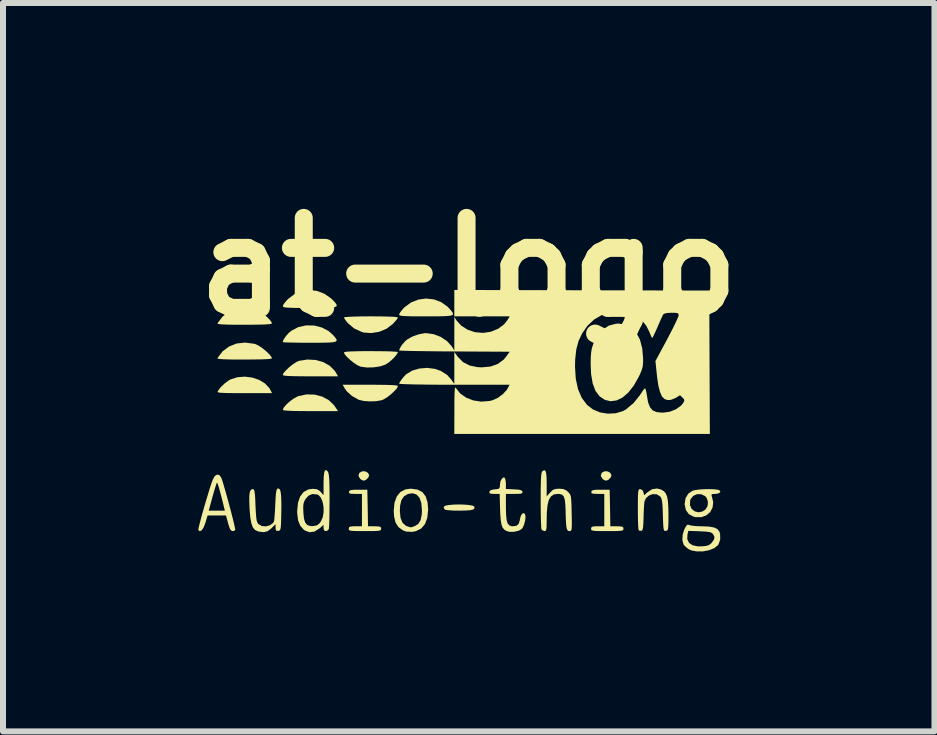
<source format=kicad_pcb>
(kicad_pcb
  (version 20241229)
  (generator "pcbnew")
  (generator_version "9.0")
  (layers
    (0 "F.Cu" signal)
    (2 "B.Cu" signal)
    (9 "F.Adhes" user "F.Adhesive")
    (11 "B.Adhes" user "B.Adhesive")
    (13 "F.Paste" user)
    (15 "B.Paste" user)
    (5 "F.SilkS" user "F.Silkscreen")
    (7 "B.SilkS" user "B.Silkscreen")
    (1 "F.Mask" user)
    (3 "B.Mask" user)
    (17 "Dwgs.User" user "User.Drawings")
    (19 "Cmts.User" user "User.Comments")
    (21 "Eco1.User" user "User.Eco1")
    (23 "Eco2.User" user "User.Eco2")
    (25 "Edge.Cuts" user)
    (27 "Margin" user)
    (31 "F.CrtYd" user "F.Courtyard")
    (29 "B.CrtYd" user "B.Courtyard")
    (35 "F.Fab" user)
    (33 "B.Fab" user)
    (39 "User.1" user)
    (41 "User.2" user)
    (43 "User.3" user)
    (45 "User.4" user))
  (footprint "at-logo"
    (layer "F.Cu")
    (at 4.764 1.404)
    (property "Reference" "at-logo" (at 0 0 0) (layer "F.SilkS") (effects (font (size 1.5 1.5) (thickness 0.3))))
    (attr board_only exclude_from_pos_files exclude_from_bom)
    (fp_poly (pts (xy -1.722 3.405) (xy -1.68 3.429) (xy -1.66 3.468) (xy -1.66 3.473) (xy -1.676 3.51) (xy -1.712 3.545) (xy -1.75 3.56) (xy -1.75 3.56) (xy -1.785 3.547) (xy -1.809 3.529) (xy -1.838 3.481) (xy -1.827 3.437) (xy -1.816 3.424) (xy -1.772 3.402)) (stroke (width 0) (type solid)) (fill yes) (layer "F.SilkS"))
    (fp_poly (pts (xy 2.318 3.405) (xy 2.36 3.429) (xy 2.38 3.468) (xy 2.38 3.473) (xy 2.364 3.51) (xy 2.328 3.545) (xy 2.29 3.56) (xy 2.29 3.56) (xy 2.255 3.547) (xy 2.231 3.529) (xy 2.202 3.481) (xy 2.213 3.437) (xy 2.224 3.424) (xy 2.268 3.402)) (stroke (width 0) (type solid)) (fill yes) (layer "F.SilkS"))
    (fp_poly (pts (xy -2.567 2.125) (xy -2.441 2.158) (xy -2.331 2.218) (xy -2.245 2.302) (xy -2.233 2.319) (xy -2.179 2.4) (xy -2.64 2.4) (xy -2.806 2.399) (xy -2.936 2.397) (xy -3.029 2.392) (xy -3.084 2.386) (xy -3.1 2.38) (xy -3.084 2.342) (xy -3.043 2.293) (xy -2.985 2.24) (xy -2.92 2.192) (xy -2.857 2.157) (xy -2.836 2.149) (xy -2.702 2.121)) (stroke (width 0) (type solid)) (fill yes) (layer "F.SilkS"))
    (fp_poly (pts (xy -2.552 1.547) (xy -2.426 1.582) (xy -2.317 1.644) (xy -2.233 1.728) (xy -2.214 1.758) (xy -2.178 1.82) (xy -2.639 1.82) (xy -2.8 1.819) (xy -2.923 1.817) (xy -3.012 1.814) (xy -3.069 1.809) (xy -3.096 1.802) (xy -3.1 1.797) (xy -3.085 1.763) (xy -3.044 1.717) (xy -2.989 1.665) (xy -2.927 1.616) (xy -2.868 1.579) (xy -2.83 1.562) (xy -2.69 1.54)) (stroke (width 0) (type solid)) (fill yes) (layer "F.SilkS"))
    (fp_poly (pts (xy -3.608 1.841) (xy -3.493 1.88) (xy -3.396 1.939) (xy -3.324 2.016) (xy -3.31 2.04) (xy -3.279 2.1) (xy -3.74 2.1) (xy -3.887 2.1) (xy -3.999 2.099) (xy -4.08 2.097) (xy -4.135 2.094) (xy -4.167 2.09) (xy -4.183 2.083) (xy -4.186 2.074) (xy -4.182 2.065) (xy -4.138 2.005) (xy -4.073 1.942) (xy -4.002 1.889) (xy -3.97 1.871) (xy -3.855 1.835) (xy -3.732 1.825)) (stroke (width 0) (type solid)) (fill yes) (layer "F.SilkS"))
    (fp_poly (pts (xy -0.084 3.958) (xy -0.004 3.964) (xy 0.057 3.974) (xy 0.091 3.988) (xy 0.094 3.992) (xy 0.096 4.019) (xy 0.077 4.039) (xy 0.03 4.051) (xy -0.047 4.057) (xy -0.159 4.059) (xy -0.16 4.059) (xy -0.25 4.058) (xy -0.326 4.053) (xy -0.38 4.047) (xy -0.398 4.042) (xy -0.416 4.011) (xy -0.414 3.992) (xy -0.389 3.977) (xy -0.334 3.966) (xy -0.258 3.959) (xy -0.171 3.956)) (stroke (width 0) (type solid)) (fill yes) (layer "F.SilkS"))
    (fp_poly (pts (xy -1.48 1.961) (xy -1.357 1.963) (xy -1.268 1.966) (xy -1.211 1.971) (xy -1.184 1.978) (xy -1.18 1.983) (xy -1.195 2.017) (xy -1.236 2.063) (xy -1.291 2.115) (xy -1.353 2.164) (xy -1.412 2.201) (xy -1.45 2.218) (xy -1.542 2.234) (xy -1.646 2.238) (xy -1.746 2.231) (xy -1.827 2.213) (xy -1.839 2.208) (xy -1.946 2.148) (xy -2.031 2.072) (xy -2.066 2.022) (xy -2.102 1.96) (xy -1.641 1.96)) (stroke (width 0) (type solid)) (fill yes) (layer "F.SilkS"))
    (fp_poly (pts (xy -3.583 1.276) (xy -3.552 1.284) (xy -3.503 1.308) (xy -3.443 1.348) (xy -3.381 1.398) (xy -3.327 1.449) (xy -3.291 1.493) (xy -3.28 1.519) (xy -3.3 1.527) (xy -3.359 1.533) (xy -3.458 1.537) (xy -3.597 1.539) (xy -3.741 1.54) (xy -3.894 1.54) (xy -4.01 1.538) (xy -4.094 1.535) (xy -4.149 1.531) (xy -4.179 1.526) (xy -4.189 1.518) (xy -4.188 1.515) (xy -4.104 1.404) (xy -3.996 1.323) (xy -3.87 1.273) (xy -3.73 1.257)) (stroke (width 0) (type solid)) (fill yes) (layer "F.SilkS"))
    (fp_poly (pts (xy -3.577 0.696) (xy -3.55 0.702) (xy -3.5 0.725) (xy -3.44 0.766) (xy -3.379 0.816) (xy -3.326 0.867) (xy -3.29 0.912) (xy -3.28 0.937) (xy -3.293 0.945) (xy -3.334 0.951) (xy -3.405 0.956) (xy -3.51 0.958) (xy -3.651 0.96) (xy -3.741 0.96) (xy -3.894 0.96) (xy -4.01 0.958) (xy -4.094 0.955) (xy -4.149 0.951) (xy -4.179 0.946) (xy -4.189 0.938) (xy -4.188 0.935) (xy -4.104 0.824) (xy -3.996 0.743) (xy -3.869 0.693) (xy -3.727 0.677)) (stroke (width 0) (type solid)) (fill yes) (layer "F.SilkS"))
    (fp_poly (pts (xy -2.581 0.972) (xy -2.453 1.004) (xy -2.338 1.063) (xy -2.261 1.132) (xy -2.227 1.171) (xy -2.206 1.202) (xy -2.201 1.224) (xy -2.215 1.24) (xy -2.253 1.25) (xy -2.317 1.256) (xy -2.412 1.259) (xy -2.541 1.26) (xy -2.65 1.26) (xy -2.779 1.26) (xy -2.894 1.258) (xy -2.989 1.256) (xy -3.058 1.254) (xy -3.095 1.251) (xy -3.1 1.249) (xy -3.086 1.206) (xy -3.049 1.151) (xy -2.999 1.095) (xy -2.958 1.061) (xy -2.843 1) (xy -2.714 0.971)) (stroke (width 0) (type solid)) (fill yes) (layer "F.SilkS"))
    (fp_poly (pts (xy -1.465 0.821) (xy -1.337 0.824) (xy -1.246 0.828) (xy -1.194 0.834) (xy -1.18 0.841) (xy -1.193 0.864) (xy -1.228 0.906) (xy -1.268 0.949) (xy -1.371 1.027) (xy -1.494 1.078) (xy -1.625 1.099) (xy -1.753 1.089) (xy -1.78 1.081) (xy -1.91 1.022) (xy -2.017 0.931) (xy -2.017 0.93) (xy -2.054 0.884) (xy -2.077 0.849) (xy -2.08 0.839) (xy -2.061 0.833) (xy -2.004 0.828) (xy -1.915 0.824) (xy -1.795 0.821) (xy -1.648 0.82) (xy -1.63 0.82)) (stroke (width 0) (type solid)) (fill yes) (layer "F.SilkS"))
    (fp_poly (pts (xy -0.582 0.537) (xy -0.459 0.583) (xy -0.352 0.659) (xy -0.323 0.69) (xy -0.289 0.73) (xy -0.267 0.761) (xy -0.261 0.784) (xy -0.275 0.8) (xy -0.312 0.81) (xy -0.376 0.816) (xy -0.47 0.819) (xy -0.599 0.82) (xy -0.71 0.82) (xy -0.857 0.82) (xy -0.969 0.819) (xy -1.05 0.816) (xy -1.105 0.813) (xy -1.138 0.807) (xy -1.155 0.8) (xy -1.16 0.79) (xy -1.16 0.789) (xy -1.147 0.76) (xy -1.112 0.714) (xy -1.072 0.67) (xy -0.964 0.59) (xy -0.842 0.541) (xy -0.712 0.523)) (stroke (width 0) (type solid)) (fill yes) (layer "F.SilkS"))
    (fp_poly (pts (xy -2.525 0.397) (xy -2.403 0.445) (xy -2.299 0.517) (xy -2.285 0.53) (xy -2.24 0.575) (xy -2.21 0.611) (xy -2.199 0.637) (xy -2.209 0.656) (xy -2.243 0.668) (xy -2.305 0.675) (xy -2.399 0.679) (xy -2.527 0.68) (xy -2.65 0.68) (xy -2.797 0.68) (xy -2.909 0.679) (xy -2.99 0.676) (xy -3.045 0.673) (xy -3.078 0.667) (xy -3.095 0.66) (xy -3.1 0.65) (xy -3.1 0.649) (xy -3.087 0.62) (xy -3.052 0.574) (xy -3.012 0.531) (xy -2.907 0.452) (xy -2.783 0.399) (xy -2.653 0.38) (xy -2.65 0.38)) (stroke (width 0) (type solid)) (fill yes) (layer "F.SilkS"))
    (fp_poly (pts (xy -1.501 1.401) (xy -1.386 1.402) (xy -1.291 1.405) (xy -1.222 1.409) (xy -1.185 1.413) (xy -1.18 1.415) (xy -1.195 1.448) (xy -1.232 1.495) (xy -1.284 1.547) (xy -1.34 1.593) (xy -1.387 1.624) (xy -1.474 1.653) (xy -1.582 1.67) (xy -1.695 1.673) (xy -1.796 1.66) (xy -1.808 1.656) (xy -1.857 1.634) (xy -1.917 1.594) (xy -1.978 1.545) (xy -2.032 1.494) (xy -2.069 1.45) (xy -2.08 1.424) (xy -2.069 1.415) (xy -2.033 1.409) (xy -1.968 1.405) (xy -1.873 1.402) (xy -1.743 1.4) (xy -1.63 1.4)) (stroke (width 0) (type solid)) (fill yes) (layer "F.SilkS"))
    (fp_poly (pts (xy 2.614 0.958) (xy 2.715 1.009) (xy 2.795 1.093) (xy 2.855 1.209) (xy 2.893 1.354) (xy 2.907 1.516) (xy 2.907 1.597) (xy 2.9 1.66) (xy 2.883 1.719) (xy 2.852 1.792) (xy 2.836 1.825) (xy 2.753 1.973) (xy 2.662 2.089) (xy 2.565 2.173) (xy 2.464 2.222) (xy 2.363 2.235) (xy 2.269 2.212) (xy 2.181 2.153) (xy 2.113 2.062) (xy 2.067 1.939) (xy 2.04 1.781) (xy 2.033 1.61) (xy 2.035 1.499) (xy 2.042 1.416) (xy 2.054 1.349) (xy 2.075 1.285) (xy 2.079 1.273) (xy 2.146 1.142) (xy 2.234 1.041) (xy 2.337 0.974) (xy 2.455 0.943) (xy 2.496 0.94)) (stroke (width 0) (type solid)) (fill yes) (layer "F.SilkS"))
    (fp_poly (pts (xy -1.684 4.015) (xy -1.679 4.32) (xy -1.569 4.32) (xy -1.506 4.322) (xy -1.473 4.329) (xy -1.461 4.346) (xy -1.46 4.36) (xy -1.462 4.376) (xy -1.473 4.387) (xy -1.498 4.394) (xy -1.544 4.398) (xy -1.618 4.4) (xy -1.725 4.4) (xy -1.73 4.4) (xy -1.838 4.4) (xy -1.913 4.398) (xy -1.961 4.394) (xy -1.987 4.388) (xy -1.998 4.377) (xy -2 4.361) (xy -2 4.36) (xy -1.995 4.337) (xy -1.975 4.325) (xy -1.929 4.32) (xy -1.89 4.32) (xy -1.78 4.32) (xy -1.78 4.05) (xy -1.78 3.78) (xy -1.891 3.78) (xy -1.955 3.778) (xy -1.988 3.771) (xy -1.997 3.756) (xy -1.996 3.745) (xy -1.987 3.727) (xy -1.962 3.716) (xy -1.913 3.711) (xy -1.84 3.71) (xy -1.69 3.71)) (stroke (width 0) (type solid)) (fill yes) (layer "F.SilkS"))
    (fp_poly (pts (xy 2.356 4.015) (xy 2.361 4.32) (xy 2.471 4.32) (xy 2.534 4.322) (xy 2.567 4.329) (xy 2.579 4.346) (xy 2.58 4.36) (xy 2.578 4.376) (xy 2.567 4.387) (xy 2.542 4.394) (xy 2.496 4.398) (xy 2.422 4.4) (xy 2.315 4.4) (xy 2.31 4.4) (xy 2.202 4.4) (xy 2.127 4.398) (xy 2.079 4.394) (xy 2.053 4.388) (xy 2.042 4.377) (xy 2.04 4.361) (xy 2.04 4.36) (xy 2.045 4.337) (xy 2.065 4.325) (xy 2.111 4.32) (xy 2.15 4.32) (xy 2.26 4.32) (xy 2.26 4.05) (xy 2.26 3.78) (xy 2.149 3.78) (xy 2.085 3.778) (xy 2.052 3.771) (xy 2.043 3.756) (xy 2.044 3.745) (xy 2.053 3.727) (xy 2.078 3.716) (xy 2.127 3.711) (xy 2.2 3.71) (xy 2.35 3.71)) (stroke (width 0) (type solid)) (fill yes) (layer "F.SilkS"))
    (fp_poly (pts (xy -0.857 3.707) (xy -0.774 3.749) (xy -0.718 3.82) (xy -0.686 3.922) (xy -0.676 4.041) (xy -0.69 4.177) (xy -0.728 4.282) (xy -0.793 4.358) (xy -0.883 4.402) (xy -0.943 4.413) (xy -1.043 4.408) (xy -1.099 4.386) (xy -1.172 4.333) (xy -1.219 4.259) (xy -1.244 4.159) (xy -1.25 4.065) (xy -1.148 4.065) (xy -1.137 4.179) (xy -1.104 4.26) (xy -1.049 4.31) (xy -1.018 4.323) (xy -0.981 4.333) (xy -0.968 4.338) (xy -0.95 4.334) (xy -0.909 4.32) (xy -0.902 4.318) (xy -0.842 4.281) (xy -0.803 4.219) (xy -0.783 4.127) (xy -0.78 4.05) (xy -0.79 3.931) (xy -0.821 3.843) (xy -0.871 3.789) (xy -0.938 3.769) (xy -1.013 3.781) (xy -1.078 3.819) (xy -1.122 3.883) (xy -1.144 3.977) (xy -1.148 4.065) (xy -1.25 4.065) (xy -1.25 4.06) (xy -1.237 3.926) (xy -1.199 3.821) (xy -1.137 3.747) (xy -1.052 3.704) (xy -0.965 3.693)) (stroke (width 0) (type solid)) (fill yes) (layer "F.SilkS"))
    (fp_poly (pts (xy 4.106 3.704) (xy 4.161 3.712) (xy 4.178 3.718) (xy 4.196 3.742) (xy 4.181 3.764) (xy 4.139 3.778) (xy 4.107 3.78) (xy 4.061 3.783) (xy 4.046 3.795) (xy 4.051 3.815) (xy 4.076 3.914) (xy 4.066 4.005) (xy 4.027 4.081) (xy 3.963 4.137) (xy 3.879 4.168) (xy 3.781 4.167) (xy 3.746 4.158) (xy 3.669 4.117) (xy 3.62 4.048) (xy 3.603 3.968) (xy 3.689 3.968) (xy 3.716 4.029) (xy 3.766 4.07) (xy 3.828 4.087) (xy 3.896 4.074) (xy 3.949 4.038) (xy 3.982 3.982) (xy 3.988 3.914) (xy 3.969 3.85) (xy 3.942 3.817) (xy 3.875 3.785) (xy 3.805 3.785) (xy 3.743 3.813) (xy 3.7 3.867) (xy 3.691 3.893) (xy 3.689 3.968) (xy 3.603 3.968) (xy 3.6 3.956) (xy 3.6 3.947) (xy 3.616 3.848) (xy 3.663 3.773) (xy 3.733 3.727) (xy 3.783 3.715) (xy 3.856 3.706) (xy 3.942 3.701) (xy 4.03 3.701)) (stroke (width 0) (type solid)) (fill yes) (layer "F.SilkS"))
    (fp_poly (pts (xy 3.676 4.298) (xy 3.679 4.3) (xy 3.716 4.309) (xy 3.781 4.316) (xy 3.862 4.32) (xy 3.89 4.32) (xy 4.008 4.325) (xy 4.092 4.34) (xy 4.147 4.367) (xy 4.18 4.41) (xy 4.191 4.448) (xy 4.193 4.54) (xy 4.166 4.619) (xy 4.154 4.636) (xy 4.093 4.685) (xy 4.006 4.719) (xy 3.906 4.738) (xy 3.804 4.739) (xy 3.712 4.722) (xy 3.666 4.701) (xy 3.618 4.664) (xy 3.583 4.626) (xy 3.581 4.622) (xy 3.562 4.55) (xy 3.563 4.532) (xy 3.643 4.532) (xy 3.672 4.595) (xy 3.732 4.636) (xy 3.823 4.655) (xy 3.888 4.654) (xy 3.961 4.647) (xy 4.007 4.632) (xy 4.043 4.604) (xy 4.053 4.592) (xy 4.09 4.54) (xy 4.097 4.498) (xy 4.074 4.452) (xy 4.072 4.449) (xy 4.052 4.43) (xy 4.021 4.418) (xy 3.97 4.41) (xy 3.89 4.405) (xy 3.852 4.403) (xy 3.662 4.396) (xy 3.648 4.451) (xy 3.643 4.532) (xy 3.563 4.532) (xy 3.567 4.462) (xy 3.594 4.372) (xy 3.601 4.359) (xy 3.628 4.31) (xy 3.651 4.292)) (stroke (width 0) (type solid)) (fill yes) (layer "F.SilkS"))
    (fp_poly (pts (xy -4.157 3.466) (xy -4.124 3.512) (xy -4.123 3.515) (xy -4.107 3.561) (xy -4.085 3.634) (xy -4.058 3.727) (xy -4.028 3.833) (xy -3.997 3.946) (xy -3.967 4.059) (xy -3.94 4.164) (xy -3.917 4.256) (xy -3.901 4.328) (xy -3.892 4.372) (xy -3.892 4.383) (xy -3.918 4.398) (xy -3.939 4.4) (xy -3.962 4.39) (xy -3.983 4.357) (xy -4.005 4.292) (xy -4.011 4.27) (xy -4.046 4.14) (xy -4.199 4.14) (xy -4.353 4.14) (xy -4.391 4.265) (xy -4.421 4.342) (xy -4.453 4.389) (xy -4.484 4.402) (xy -4.508 4.383) (xy -4.506 4.36) (xy -4.493 4.305) (xy -4.473 4.226) (xy -4.447 4.128) (xy -4.427 4.06) (xy -4.334 4.06) (xy -4.199 4.06) (xy -4.065 4.06) (xy -4.125 3.819) (xy -4.149 3.729) (xy -4.17 3.656) (xy -4.187 3.608) (xy -4.197 3.59) (xy -4.197 3.591) (xy -4.207 3.614) (xy -4.224 3.667) (xy -4.247 3.743) (xy -4.272 3.831) (xy -4.334 4.06) (xy -4.427 4.06) (xy -4.416 4.019) (xy -4.383 3.905) (xy -4.349 3.794) (xy -4.318 3.691) (xy -4.289 3.604) (xy -4.268 3.545) (xy -4.235 3.484) (xy -4.195 3.458)) (stroke (width 0) (type solid)) (fill yes) (layer "F.SilkS"))
    (fp_poly (pts (xy -3.145 3.712) (xy -3.133 3.759) (xy -3.126 3.836) (xy -3.123 3.945) (xy -3.124 4.075) (xy -3.127 4.193) (xy -3.129 4.278) (xy -3.133 4.334) (xy -3.139 4.368) (xy -3.148 4.386) (xy -3.162 4.394) (xy -3.175 4.396) (xy -3.207 4.395) (xy -3.219 4.369) (xy -3.22 4.343) (xy -3.22 4.284) (xy -3.288 4.352) (xy -3.349 4.4) (xy -3.414 4.418) (xy -3.495 4.409) (xy -3.519 4.402) (xy -3.565 4.379) (xy -3.6 4.336) (xy -3.624 4.268) (xy -3.642 4.169) (xy -3.653 4.037) (xy -3.658 3.908) (xy -3.658 3.815) (xy -3.65 3.752) (xy -3.635 3.716) (xy -3.612 3.701) (xy -3.603 3.7) (xy -3.588 3.703) (xy -3.577 3.718) (xy -3.569 3.749) (xy -3.563 3.803) (xy -3.558 3.886) (xy -3.555 3.973) (xy -3.549 4.085) (xy -3.543 4.165) (xy -3.536 4.219) (xy -3.525 4.254) (xy -3.511 4.278) (xy -3.503 4.285) (xy -3.448 4.316) (xy -3.38 4.321) (xy -3.313 4.303) (xy -3.262 4.265) (xy -3.248 4.242) (xy -3.242 4.211) (xy -3.236 4.148) (xy -3.23 4.063) (xy -3.225 3.964) (xy -3.225 3.956) (xy -3.219 3.843) (xy -3.213 3.765) (xy -3.204 3.717) (xy -3.192 3.694) (xy -3.188 3.692) (xy -3.164 3.691)) (stroke (width 0) (type solid)) (fill yes) (layer "F.SilkS"))
    (fp_poly (pts (xy 3.206 3.707) (xy 3.251 3.733) (xy 3.284 3.77) (xy 3.307 3.824) (xy 3.321 3.901) (xy 3.328 4.007) (xy 3.33 4.13) (xy 3.33 4.236) (xy 3.328 4.309) (xy 3.324 4.355) (xy 3.317 4.38) (xy 3.305 4.392) (xy 3.287 4.396) (xy 3.287 4.396) (xy 3.27 4.397) (xy 3.258 4.389) (xy 3.25 4.367) (xy 3.245 4.325) (xy 3.241 4.256) (xy 3.237 4.154) (xy 3.237 4.133) (xy 3.233 4.02) (xy 3.228 3.94) (xy 3.22 3.886) (xy 3.21 3.85) (xy 3.195 3.826) (xy 3.191 3.822) (xy 3.137 3.787) (xy 3.072 3.783) (xy 3.008 3.805) (xy 2.956 3.85) (xy 2.93 3.906) (xy 2.926 3.943) (xy 2.921 4.011) (xy 2.917 4.097) (xy 2.915 4.17) (xy 2.912 4.269) (xy 2.907 4.335) (xy 2.899 4.374) (xy 2.888 4.392) (xy 2.879 4.395) (xy 2.843 4.393) (xy 2.834 4.387) (xy 2.829 4.364) (xy 2.825 4.307) (xy 2.822 4.224) (xy 2.82 4.121) (xy 2.82 4.037) (xy 2.82 3.913) (xy 2.821 3.825) (xy 2.824 3.765) (xy 2.829 3.728) (xy 2.837 3.708) (xy 2.848 3.701) (xy 2.86 3.7) (xy 2.897 3.718) (xy 2.912 3.751) (xy 2.925 3.803) (xy 2.978 3.754) (xy 3.057 3.702) (xy 3.141 3.69)) (stroke (width 0) (type solid)) (fill yes) (layer "F.SilkS"))
    (fp_poly (pts (xy 0.597 3.508) (xy 0.611 3.535) (xy 0.619 3.587) (xy 0.62 3.61) (xy 0.62 3.698) (xy 0.755 3.704) (xy 0.829 3.709) (xy 0.872 3.718) (xy 0.892 3.733) (xy 0.896 3.745) (xy 0.895 3.763) (xy 0.878 3.774) (xy 0.836 3.779) (xy 0.763 3.78) (xy 0.761 3.78) (xy 0.62 3.78) (xy 0.62 4.006) (xy 0.623 4.128) (xy 0.632 4.215) (xy 0.649 4.272) (xy 0.677 4.305) (xy 0.716 4.319) (xy 0.736 4.32) (xy 0.797 4.311) (xy 0.832 4.28) (xy 0.852 4.22) (xy 0.854 4.201) (xy 0.87 4.143) (xy 0.894 4.107) (xy 0.921 4.101) (xy 0.939 4.118) (xy 0.947 4.16) (xy 0.941 4.222) (xy 0.924 4.289) (xy 0.9 4.344) (xy 0.885 4.364) (xy 0.833 4.394) (xy 0.761 4.411) (xy 0.685 4.413) (xy 0.629 4.398) (xy 0.591 4.374) (xy 0.564 4.34) (xy 0.546 4.29) (xy 0.534 4.218) (xy 0.526 4.116) (xy 0.523 4.035) (xy 0.516 3.78) (xy 0.427 3.78) (xy 0.371 3.777) (xy 0.346 3.767) (xy 0.344 3.746) (xy 0.344 3.745) (xy 0.362 3.72) (xy 0.408 3.707) (xy 0.435 3.704) (xy 0.488 3.698) (xy 0.513 3.684) (xy 0.52 3.653) (xy 0.52 3.633) (xy 0.528 3.575) (xy 0.55 3.529) (xy 0.577 3.506)) (stroke (width 0) (type solid)) (fill yes) (layer "F.SilkS"))
    (fp_poly (pts (xy -2.37 3.386) (xy -2.347 3.411) (xy -2.338 3.433) (xy -2.331 3.475) (xy -2.325 3.539) (xy -2.322 3.631) (xy -2.32 3.755) (xy -2.32 3.892) (xy -2.321 4.023) (xy -2.322 4.142) (xy -2.324 4.241) (xy -2.327 4.317) (xy -2.331 4.361) (xy -2.332 4.368) (xy -2.36 4.395) (xy -2.382 4.4) (xy -2.412 4.388) (xy -2.42 4.348) (xy -2.42 4.296) (xy -2.491 4.358) (xy -2.571 4.408) (xy -2.652 4.419) (xy -2.73 4.391) (xy -2.75 4.377) (xy -2.808 4.311) (xy -2.844 4.223) (xy -2.859 4.107) (xy -2.86 4.066) (xy -2.853 3.999) (xy -2.759 3.999) (xy -2.757 4.081) (xy -2.757 4.083) (xy -2.747 4.188) (xy -2.726 4.258) (xy -2.691 4.299) (xy -2.638 4.316) (xy -2.592 4.316) (xy -2.531 4.305) (xy -2.49 4.274) (xy -2.466 4.242) (xy -2.434 4.171) (xy -2.419 4.086) (xy -2.42 3.997) (xy -2.436 3.912) (xy -2.465 3.843) (xy -2.505 3.798) (xy -2.527 3.789) (xy -2.608 3.782) (xy -2.672 3.81) (xy -2.716 3.86) (xy -2.741 3.902) (xy -2.754 3.944) (xy -2.759 3.999) (xy -2.853 3.999) (xy -2.847 3.93) (xy -2.811 3.824) (xy -2.752 3.748) (xy -2.672 3.705) (xy -2.596 3.695) (xy -2.531 3.702) (xy -2.485 3.729) (xy -2.466 3.748) (xy -2.42 3.802) (xy -2.42 3.602) (xy -2.417 3.492) (xy -2.408 3.42) (xy -2.393 3.385)) (stroke (width 0) (type solid)) (fill yes) (layer "F.SilkS"))
    (fp_poly (pts (xy 1.278 3.394) (xy 1.291 3.432) (xy 1.298 3.503) (xy 1.3 3.61) (xy 1.3 3.611) (xy 1.3 3.821) (xy 1.357 3.757) (xy 1.4 3.716) (xy 1.444 3.698) (xy 1.508 3.693) (xy 1.577 3.699) (xy 1.625 3.72) (xy 1.656 3.747) (xy 1.677 3.769) (xy 1.692 3.792) (xy 1.702 3.822) (xy 1.708 3.867) (xy 1.712 3.933) (xy 1.715 4.029) (xy 1.716 4.1) (xy 1.719 4.216) (xy 1.719 4.297) (xy 1.717 4.35) (xy 1.712 4.38) (xy 1.704 4.395) (xy 1.69 4.4) (xy 1.682 4.4) (xy 1.66 4.397) (xy 1.644 4.382) (xy 1.633 4.352) (xy 1.625 4.3) (xy 1.62 4.22) (xy 1.616 4.107) (xy 1.616 4.073) (xy 1.611 3.959) (xy 1.602 3.878) (xy 1.586 3.826) (xy 1.56 3.796) (xy 1.522 3.782) (xy 1.481 3.78) (xy 1.417 3.79) (xy 1.369 3.824) (xy 1.334 3.884) (xy 1.313 3.974) (xy 1.302 4.098) (xy 1.3 4.195) (xy 1.299 4.288) (xy 1.297 4.347) (xy 1.291 4.381) (xy 1.28 4.396) (xy 1.263 4.4) (xy 1.262 4.4) (xy 1.225 4.385) (xy 1.212 4.368) (xy 1.209 4.34) (xy 1.206 4.278) (xy 1.203 4.188) (xy 1.201 4.076) (xy 1.2 3.949) (xy 1.2 3.881) (xy 1.2 3.729) (xy 1.202 3.613) (xy 1.205 3.528) (xy 1.209 3.468) (xy 1.215 3.43) (xy 1.223 3.408) (xy 1.229 3.401) (xy 1.258 3.385)) (stroke (width 0) (type solid)) (fill yes) (layer "F.SilkS"))
    (fp_poly (pts (xy 1.885 0.385) (xy 4.01 0.39) (xy 4.015 1.585) (xy 4.02 2.78) (xy 1.89 2.78) (xy -0.24 2.78) (xy -0.239 2.375) (xy -0.239 2.234) (xy -0.237 2.129) (xy -0.234 2.058) (xy -0.229 2.018) (xy -0.223 2.004) (xy -0.217 2.01) (xy -0.143 2.104) (xy -0.042 2.176) (xy 0.078 2.222) (xy 0.211 2.242) (xy 0.347 2.231) (xy 0.402 2.217) (xy 0.487 2.178) (xy 0.57 2.116) (xy 0.634 2.046) (xy 0.651 2.018) (xy 0.681 1.96) (xy -0.239 1.96) (xy -0.427 1.96) (xy -0.602 1.959) (xy -0.76 1.957) (xy -0.897 1.955) (xy -1.01 1.952) (xy -1.094 1.949) (xy -1.145 1.946) (xy -1.16 1.943) (xy -1.148 1.915) (xy -1.118 1.871) (xy -1.08 1.824) (xy -1.043 1.786) (xy -1.04 1.784) (xy -0.943 1.725) (xy -0.824 1.69) (xy -0.695 1.679) (xy -0.566 1.695) (xy -0.466 1.729) (xy -0.36 1.797) (xy -0.301 1.862) (xy -0.24 1.946) (xy -0.24 1.68) (xy -0.24 1.414) (xy -0.182 1.494) (xy -0.096 1.582) (xy 0.013 1.639) (xy 0.148 1.667) (xy 0.22 1.67) (xy 0.325 1.66) (xy 1.772 1.66) (xy 1.785 1.862) (xy 1.823 2.036) (xy 1.886 2.181) (xy 1.973 2.296) (xy 2.071 2.372) (xy 2.189 2.421) (xy 2.318 2.442) (xy 2.448 2.436) (xy 2.567 2.401) (xy 2.621 2.372) (xy 2.748 2.266) (xy 2.855 2.133) (xy 2.873 2.105) (xy 2.905 2.056) (xy 2.931 2.025) (xy 2.94 2.02) (xy 2.95 2.038) (xy 2.962 2.085) (xy 2.97 2.135) (xy 2.99 2.252) (xy 3.021 2.334) (xy 3.066 2.387) (xy 3.132 2.416) (xy 3.222 2.425) (xy 3.244 2.425) (xy 3.353 2.41) (xy 3.455 2.369) (xy 3.538 2.31) (xy 3.573 2.268) (xy 3.594 2.23) (xy 3.589 2.203) (xy 3.565 2.176) (xy 3.523 2.135) (xy 3.452 2.179) (xy 3.371 2.212) (xy 3.316 2.216) (xy 3.264 2.198) (xy 3.221 2.154) (xy 3.188 2.079) (xy 3.161 1.971) (xy 3.14 1.827) (xy 3.137 1.797) (xy 3.113 1.565) (xy 3.307 1.205) (xy 3.365 1.094) (xy 3.417 0.992) (xy 3.458 0.907) (xy 3.487 0.842) (xy 3.5 0.806) (xy 3.5 0.803) (xy 3.496 0.779) (xy 3.479 0.766) (xy 3.438 0.761) (xy 3.382 0.76) (xy 3.308 0.764) (xy 3.259 0.776) (xy 3.246 0.785) (xy 3.23 0.813) (xy 3.204 0.869) (xy 3.171 0.944) (xy 3.149 0.995) (xy 3.115 1.072) (xy 3.086 1.134) (xy 3.066 1.172) (xy 3.059 1.18) (xy 3.047 1.163) (xy 3.027 1.119) (xy 3.01 1.075) (xy 2.96 0.977) (xy 2.887 0.885) (xy 2.801 0.811) (xy 2.713 0.764) (xy 2.697 0.759) (xy 2.538 0.735) (xy 2.38 0.747) (xy 2.229 0.793) (xy 2.093 0.871) (xy 1.979 0.978) (xy 1.975 0.984) (xy 1.891 1.104) (xy 1.831 1.231) (xy 1.793 1.373) (xy 1.775 1.539) (xy 1.772 1.66) (xy 0.325 1.66) (xy 0.366 1.656) (xy 0.486 1.613) (xy 0.583 1.541) (xy 0.623 1.492) (xy 0.683 1.41) (xy -0.239 1.405) (xy -0.426 1.404) (xy -0.601 1.402) (xy -0.759 1.4) (xy -0.896 1.398) (xy -1.009 1.396) (xy -1.093 1.393) (xy -1.145 1.391) (xy -1.16 1.389) (xy -1.146 1.348) (xy -1.112 1.295) (xy -1.066 1.241) (xy -1.031 1.209) (xy -0.944 1.159) (xy -0.84 1.121) (xy -0.737 1.101) (xy -0.71 1.1) (xy -0.585 1.117) (xy -0.465 1.163) (xy -0.36 1.234) (xy -0.281 1.322) (xy -0.277 1.329) (xy -0.24 1.39) (xy -0.24 1.11) (xy -0.239 0.83) (xy -0.199 0.893) (xy -0.124 0.975) (xy -0.021 1.041) (xy 0.1 1.083) (xy 0.107 1.084) (xy 0.241 1.096) (xy 0.371 1.076) (xy 0.49 1.027) (xy 0.589 0.954) (xy 0.644 0.885) (xy 0.684 0.82) (xy 0.222 0.82) (xy -0.24 0.82) (xy -0.24 0.6) (xy -0.24 0.38)) (stroke (width 0) (type solid)) (fill yes) (layer "F.SilkS")))
  (gr_rect
    (start -3 -3)
    (end 12.529 9.143)
    (stroke (width 0.1) (type default))
    (fill no)
    (layer "Edge.Cuts")))
</source>
